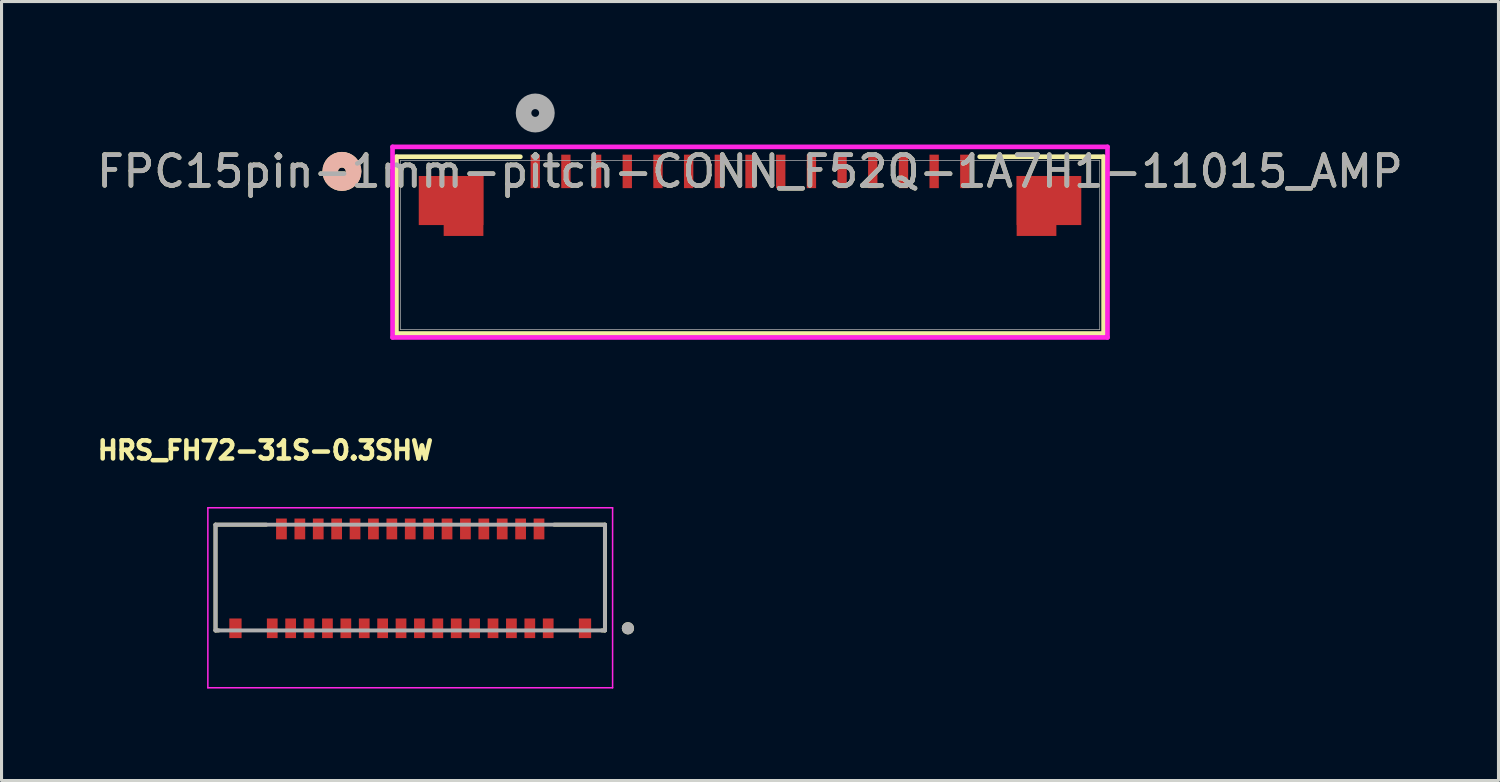
<source format=kicad_pcb>
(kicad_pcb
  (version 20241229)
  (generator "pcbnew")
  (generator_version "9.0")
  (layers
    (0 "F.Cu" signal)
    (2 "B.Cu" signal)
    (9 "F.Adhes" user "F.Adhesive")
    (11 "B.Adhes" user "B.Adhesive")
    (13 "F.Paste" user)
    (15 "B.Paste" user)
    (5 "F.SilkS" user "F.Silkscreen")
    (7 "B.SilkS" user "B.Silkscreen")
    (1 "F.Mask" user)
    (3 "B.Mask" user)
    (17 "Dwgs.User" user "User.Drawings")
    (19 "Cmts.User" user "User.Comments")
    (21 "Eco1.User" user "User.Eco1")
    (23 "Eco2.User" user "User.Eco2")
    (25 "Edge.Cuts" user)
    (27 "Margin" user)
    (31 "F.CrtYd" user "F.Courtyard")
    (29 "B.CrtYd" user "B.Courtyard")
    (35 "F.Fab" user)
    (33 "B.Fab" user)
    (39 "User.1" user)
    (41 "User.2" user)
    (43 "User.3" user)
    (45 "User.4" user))
  (footprint "HRS_FH72-31S-0.3SHW"
    (layer "F.Cu")
    (at 10.329 15.811)
    (property "Reference" "HRS_FH72-31S-0.3SHW" (at -4.725 -4.175 0) (layer "F.SilkS") (effects (font (size 0.591 0.591) (thickness 0.148))))
    (attr smd)
    (fp_line (start -6.35 -1.75) (end -6.35 1.7) (stroke (width 0.127) (type solid)) (layer "F.SilkS"))
    (fp_line (start -6.35 1.7) (end -6.25 1.7) (stroke (width 0.127) (type solid)) (layer "F.SilkS"))
    (fp_line (start -4.695 -1.75) (end -6.35 -1.75) (stroke (width 0.127) (type solid)) (layer "F.SilkS"))
    (fp_line (start 6.25 1.7) (end 6.35 1.7) (stroke (width 0.127) (type solid)) (layer "F.SilkS"))
    (fp_line (start 6.35 -1.75) (end 4.695 -1.75) (stroke (width 0.127) (type solid)) (layer "F.SilkS"))
    (fp_line (start 6.35 1.7) (end 6.35 -1.75) (stroke (width 0.127) (type solid)) (layer "F.SilkS"))
    (fp_circle (center 7.1 1.63) (end 7.2 1.63) (stroke (width 0.2) (type solid)) (fill no) (layer "F.SilkS"))
    (fp_poly (pts (xy -5.875 1.61) (xy -5.525 1.61) (xy -5.525 2.15) (xy -5.875 2.15)) (stroke (width 0.01) (type solid)) (fill yes) (layer "F.Paste"))
    (fp_poly (pts (xy -4.675 1.61) (xy -4.325 1.61) (xy -4.325 2.05) (xy -4.675 2.05)) (stroke (width 0.01) (type solid)) (fill yes) (layer "F.Paste"))
    (fp_poly (pts (xy -4.375 -2.05) (xy -4.025 -2.05) (xy -4.025 -1.5) (xy -4.375 -1.5)) (stroke (width 0.01) (type solid)) (fill yes) (layer "F.Paste"))
    (fp_poly (pts (xy -4.075 1.61) (xy -3.725 1.61) (xy -3.725 2.05) (xy -4.075 2.05)) (stroke (width 0.01) (type solid)) (fill yes) (layer "F.Paste"))
    (fp_poly (pts (xy -3.775 -2.05) (xy -3.425 -2.05) (xy -3.425 -1.5) (xy -3.775 -1.5)) (stroke (width 0.01) (type solid)) (fill yes) (layer "F.Paste"))
    (fp_poly (pts (xy -3.475 1.61) (xy -3.125 1.61) (xy -3.125 2.05) (xy -3.475 2.05)) (stroke (width 0.01) (type solid)) (fill yes) (layer "F.Paste"))
    (fp_poly (pts (xy -3.175 -2.05) (xy -2.825 -2.05) (xy -2.825 -1.5) (xy -3.175 -1.5)) (stroke (width 0.01) (type solid)) (fill yes) (layer "F.Paste"))
    (fp_poly (pts (xy -2.875 1.61) (xy -2.525 1.61) (xy -2.525 2.05) (xy -2.875 2.05)) (stroke (width 0.01) (type solid)) (fill yes) (layer "F.Paste"))
    (fp_poly (pts (xy -2.575 -2.05) (xy -2.225 -2.05) (xy -2.225 -1.5) (xy -2.575 -1.5)) (stroke (width 0.01) (type solid)) (fill yes) (layer "F.Paste"))
    (fp_poly (pts (xy -2.275 1.61) (xy -1.925 1.61) (xy -1.925 2.05) (xy -2.275 2.05)) (stroke (width 0.01) (type solid)) (fill yes) (layer "F.Paste"))
    (fp_poly (pts (xy -1.975 -2.05) (xy -1.625 -2.05) (xy -1.625 -1.5) (xy -1.975 -1.5)) (stroke (width 0.01) (type solid)) (fill yes) (layer "F.Paste"))
    (fp_poly (pts (xy -1.675 1.61) (xy -1.325 1.61) (xy -1.325 2.05) (xy -1.675 2.05)) (stroke (width 0.01) (type solid)) (fill yes) (layer "F.Paste"))
    (fp_poly (pts (xy -1.375 -2.05) (xy -1.025 -2.05) (xy -1.025 -1.5) (xy -1.375 -1.5)) (stroke (width 0.01) (type solid)) (fill yes) (layer "F.Paste"))
    (fp_poly (pts (xy -1.075 1.61) (xy -0.725 1.61) (xy -0.725 2.05) (xy -1.075 2.05)) (stroke (width 0.01) (type solid)) (fill yes) (layer "F.Paste"))
    (fp_poly (pts (xy -0.775 -2.05) (xy -0.425 -2.05) (xy -0.425 -1.5) (xy -0.775 -1.5)) (stroke (width 0.01) (type solid)) (fill yes) (layer "F.Paste"))
    (fp_poly (pts (xy -0.475 1.61) (xy -0.125 1.61) (xy -0.125 2.05) (xy -0.475 2.05)) (stroke (width 0.01) (type solid)) (fill yes) (layer "F.Paste"))
    (fp_poly (pts (xy -0.175 -2.05) (xy 0.175 -2.05) (xy 0.175 -1.5) (xy -0.175 -1.5)) (stroke (width 0.01) (type solid)) (fill yes) (layer "F.Paste"))
    (fp_poly (pts (xy 0.125 1.61) (xy 0.475 1.61) (xy 0.475 2.05) (xy 0.125 2.05)) (stroke (width 0.01) (type solid)) (fill yes) (layer "F.Paste"))
    (fp_poly (pts (xy 0.425 -2.05) (xy 0.775 -2.05) (xy 0.775 -1.5) (xy 0.425 -1.5)) (stroke (width 0.01) (type solid)) (fill yes) (layer "F.Paste"))
    (fp_poly (pts (xy 0.725 1.61) (xy 1.075 1.61) (xy 1.075 2.05) (xy 0.725 2.05)) (stroke (width 0.01) (type solid)) (fill yes) (layer "F.Paste"))
    (fp_poly (pts (xy 1.025 -2.05) (xy 1.375 -2.05) (xy 1.375 -1.5) (xy 1.025 -1.5)) (stroke (width 0.01) (type solid)) (fill yes) (layer "F.Paste"))
    (fp_poly (pts (xy 1.325 1.61) (xy 1.675 1.61) (xy 1.675 2.05) (xy 1.325 2.05)) (stroke (width 0.01) (type solid)) (fill yes) (layer "F.Paste"))
    (fp_poly (pts (xy 1.625 -2.05) (xy 1.975 -2.05) (xy 1.975 -1.5) (xy 1.625 -1.5)) (stroke (width 0.01) (type solid)) (fill yes) (layer "F.Paste"))
    (fp_poly (pts (xy 1.925 1.61) (xy 2.275 1.61) (xy 2.275 2.05) (xy 1.925 2.05)) (stroke (width 0.01) (type solid)) (fill yes) (layer "F.Paste"))
    (fp_poly (pts (xy 2.225 -2.05) (xy 2.575 -2.05) (xy 2.575 -1.5) (xy 2.225 -1.5)) (stroke (width 0.01) (type solid)) (fill yes) (layer "F.Paste"))
    (fp_poly (pts (xy 2.525 1.61) (xy 2.875 1.61) (xy 2.875 2.05) (xy 2.525 2.05)) (stroke (width 0.01) (type solid)) (fill yes) (layer "F.Paste"))
    (fp_poly (pts (xy 2.825 -2.05) (xy 3.175 -2.05) (xy 3.175 -1.5) (xy 2.825 -1.5)) (stroke (width 0.01) (type solid)) (fill yes) (layer "F.Paste"))
    (fp_poly (pts (xy 3.125 1.61) (xy 3.475 1.61) (xy 3.475 2.05) (xy 3.125 2.05)) (stroke (width 0.01) (type solid)) (fill yes) (layer "F.Paste"))
    (fp_poly (pts (xy 3.425 -2.05) (xy 3.775 -2.05) (xy 3.775 -1.5) (xy 3.425 -1.5)) (stroke (width 0.01) (type solid)) (fill yes) (layer "F.Paste"))
    (fp_poly (pts (xy 3.725 1.61) (xy 4.075 1.61) (xy 4.075 2.05) (xy 3.725 2.05)) (stroke (width 0.01) (type solid)) (fill yes) (layer "F.Paste"))
    (fp_poly (pts (xy 4.025 -2.05) (xy 4.375 -2.05) (xy 4.375 -1.5) (xy 4.025 -1.5)) (stroke (width 0.01) (type solid)) (fill yes) (layer "F.Paste"))
    (fp_poly (pts (xy 4.325 1.61) (xy 4.675 1.61) (xy 4.675 2.05) (xy 4.325 2.05)) (stroke (width 0.01) (type solid)) (fill yes) (layer "F.Paste"))
    (fp_poly (pts (xy 5.525 1.61) (xy 5.875 1.61) (xy 5.875 2.15) (xy 5.525 2.15)) (stroke (width 0.01) (type solid)) (fill yes) (layer "F.Paste"))
    (fp_line (start -6.6 -2.3) (end -6.6 3.57) (stroke (width 0.05) (type solid)) (layer "F.CrtYd"))
    (fp_line (start -6.6 3.57) (end 6.6 3.57) (stroke (width 0.05) (type solid)) (layer "F.CrtYd"))
    (fp_line (start 6.6 -2.3) (end -6.6 -2.3) (stroke (width 0.05) (type solid)) (layer "F.CrtYd"))
    (fp_line (start 6.6 3.57) (end 6.6 -2.3) (stroke (width 0.05) (type solid)) (layer "F.CrtYd"))
    (fp_line (start -6.35 -1.75) (end -6.35 1.7) (stroke (width 0.127) (type solid)) (layer "F.Fab"))
    (fp_line (start -6.35 1.7) (end 6.35 1.7) (stroke (width 0.127) (type solid)) (layer "F.Fab"))
    (fp_line (start 6.35 -1.75) (end -6.35 -1.75) (stroke (width 0.127) (type solid)) (layer "F.Fab"))
    (fp_line (start 6.35 1.7) (end 6.35 -1.75) (stroke (width 0.127) (type solid)) (layer "F.Fab"))
    (fp_circle (center 7.1 1.63) (end 7.2 1.63) (stroke (width 0.2) (type solid)) (fill no) (layer "F.Fab"))
    (pad "1" smd rect (at 4.5 1.63) (size 0.35 0.64) (layers "F.Cu" "F.Mask"))
    (pad "2" smd rect (at 4.2 -1.61) (size 0.35 0.68) (layers "F.Cu" "F.Mask"))
    (pad "3" smd rect (at 3.9 1.63) (size 0.35 0.64) (layers "F.Cu" "F.Mask"))
    (pad "4" smd rect (at 3.6 -1.61) (size 0.35 0.68) (layers "F.Cu" "F.Mask"))
    (pad "5" smd rect (at 3.3 1.63) (size 0.35 0.64) (layers "F.Cu" "F.Mask"))
    (pad "6" smd rect (at 3 -1.61) (size 0.35 0.68) (layers "F.Cu" "F.Mask"))
    (pad "7" smd rect (at 2.7 1.63) (size 0.35 0.64) (layers "F.Cu" "F.Mask"))
    (pad "8" smd rect (at 2.4 -1.61) (size 0.35 0.68) (layers "F.Cu" "F.Mask"))
    (pad "9" smd rect (at 2.1 1.63) (size 0.35 0.64) (layers "F.Cu" "F.Mask"))
    (pad "10" smd rect (at 1.8 -1.61) (size 0.35 0.68) (layers "F.Cu" "F.Mask"))
    (pad "11" smd rect (at 1.5 1.63) (size 0.35 0.64) (layers "F.Cu" "F.Mask"))
    (pad "12" smd rect (at 1.2 -1.61) (size 0.35 0.68) (layers "F.Cu" "F.Mask"))
    (pad "13" smd rect (at 0.9 1.63) (size 0.35 0.64) (layers "F.Cu" "F.Mask"))
    (pad "14" smd rect (at 0.6 -1.61) (size 0.35 0.68) (layers "F.Cu" "F.Mask"))
    (pad "15" smd rect (at 0.3 1.63) (size 0.35 0.64) (layers "F.Cu" "F.Mask"))
    (pad "16" smd rect (at 0 -1.61) (size 0.35 0.68) (layers "F.Cu" "F.Mask"))
    (pad "17" smd rect (at -0.3 1.63) (size 0.35 0.64) (layers "F.Cu" "F.Mask"))
    (pad "18" smd rect (at -0.6 -1.61) (size 0.35 0.68) (layers "F.Cu" "F.Mask"))
    (pad "19" smd rect (at -0.9 1.63) (size 0.35 0.64) (layers "F.Cu" "F.Mask"))
    (pad "20" smd rect (at -1.2 -1.61) (size 0.35 0.68) (layers "F.Cu" "F.Mask"))
    (pad "21" smd rect (at -1.5 1.63) (size 0.35 0.64) (layers "F.Cu" "F.Mask"))
    (pad "22" smd rect (at -1.8 -1.61) (size 0.35 0.68) (layers "F.Cu" "F.Mask"))
    (pad "23" smd rect (at -2.1 1.63) (size 0.35 0.64) (layers "F.Cu" "F.Mask"))
    (pad "24" smd rect (at -2.4 -1.61) (size 0.35 0.68) (layers "F.Cu" "F.Mask"))
    (pad "25" smd rect (at -2.7 1.63) (size 0.35 0.64) (layers "F.Cu" "F.Mask"))
    (pad "26" smd rect (at -3 -1.61) (size 0.35 0.68) (layers "F.Cu" "F.Mask"))
    (pad "27" smd rect (at -3.3 1.63) (size 0.35 0.64) (layers "F.Cu" "F.Mask"))
    (pad "28" smd rect (at -3.6 -1.61) (size 0.35 0.68) (layers "F.Cu" "F.Mask"))
    (pad "29" smd rect (at -3.9 1.63) (size 0.35 0.64) (layers "F.Cu" "F.Mask"))
    (pad "30" smd rect (at -4.2 -1.61) (size 0.35 0.68) (layers "F.Cu" "F.Mask"))
    (pad "31" smd rect (at -4.5 1.63) (size 0.35 0.64) (layers "F.Cu" "F.Mask"))
    (pad "S1" smd rect (at 5.7 1.63) (size 0.4 0.64) (layers "F.Cu" "F.Mask"))
    (pad "S2" smd rect (at -5.7 1.63) (size 0.4 0.64) (layers "F.Cu" "F.Mask")))
  (footprint "FPC15pin-1mm-pitch-CONN_F52Q-1A7H1-11015_AMP"
    (layer "F.Cu")
    (at 21.411 4.945)
    (property "Reference" "FPC15pin-1mm-pitch-CONN_F52Q-1A7H1-11015_AMP" (at 0 -2.405 0) (unlocked yes) (layer "F.SilkS") (effects (font (size 1 1) (thickness 0.15))))
    (attr smd)
    (fp_poly (pts (xy -8.696 -2.256) (xy -9.991 -2.256) (xy -9.991 -0.3) (xy -8.696 -0.3)) (stroke (width 0) (type solid)) (fill yes) (layer "F.Cu"))
    (fp_poly (pts (xy 9.991 -2.256) (xy 8.696 -2.256) (xy 8.696 -0.3) (xy 9.991 -0.3)) (stroke (width 0) (type solid)) (fill yes) (layer "F.Cu"))
    (fp_line (start -11.532 -2.883) (end -11.532 2.883) (stroke (width 0.152) (type solid)) (layer "F.SilkS"))
    (fp_line (start -11.532 2.883) (end 11.532 2.883) (stroke (width 0.152) (type solid)) (layer "F.SilkS"))
    (fp_line (start -7.49 -2.883) (end -11.532 -2.883) (stroke (width 0.152) (type solid)) (layer "F.SilkS"))
    (fp_line (start 11.532 -2.883) (end 7.49 -2.883) (stroke (width 0.152) (type solid)) (layer "F.SilkS"))
    (fp_line (start 11.532 2.883) (end 11.532 -2.883) (stroke (width 0.152) (type solid)) (layer "F.SilkS"))
    (fp_circle (center -13.31 -2.405) (end -12.929 -2.405) (stroke (width 0.508) (type solid)) (fill no) (layer "F.SilkS"))
    (fp_circle (center -13.31 -2.405) (end -12.929 -2.405) (stroke (width 0.508) (type solid)) (fill no) (layer "B.SilkS"))
    (fp_line (start -11.659 -3.205) (end -11.659 3.01) (stroke (width 0.152) (type solid)) (layer "F.CrtYd"))
    (fp_line (start -11.659 3.01) (end 11.659 3.01) (stroke (width 0.152) (type solid)) (layer "F.CrtYd"))
    (fp_line (start 11.659 -3.205) (end -11.659 -3.205) (stroke (width 0.152) (type solid)) (layer "F.CrtYd"))
    (fp_line (start 11.659 3.01) (end 11.659 -3.205) (stroke (width 0.152) (type solid)) (layer "F.CrtYd"))
    (fp_line (start -11.405 -2.756) (end -11.405 2.756) (stroke (width 0.025) (type solid)) (layer "F.Fab"))
    (fp_line (start -11.405 2.756) (end 11.405 2.756) (stroke (width 0.025) (type solid)) (layer "F.Fab"))
    (fp_line (start 11.405 -2.756) (end -11.405 -2.756) (stroke (width 0.025) (type solid)) (layer "F.Fab"))
    (fp_line (start 11.405 2.756) (end 11.405 -2.756) (stroke (width 0.025) (type solid)) (layer "F.Fab"))
    (fp_circle (center -7.005 -4.31) (end -6.624 -4.31) (stroke (width 0.508) (type solid)) (fill no) (layer "F.Fab"))
    (fp_text user "${REFERENCE}" (at 0 -2.405 0) (unlocked yes) (layer "F.Fab") (effects (font (size 1 1) (thickness 0.15))))
    (pad "1" smd rect (at -7.005 -2.405) (size 0.305 1.092) (layers "F.Cu" "F.Mask" "F.Paste"))
    (pad "2" smd rect (at -6.005 -2.405) (size 0.305 1.092) (layers "F.Cu" "F.Mask" "F.Paste"))
    (pad "3" smd rect (at -5.004 -2.405) (size 0.305 1.092) (layers "F.Cu" "F.Mask" "F.Paste"))
    (pad "4" smd rect (at -4.003 -2.405) (size 0.305 1.092) (layers "F.Cu" "F.Mask" "F.Paste"))
    (pad "5" smd rect (at -3.002 -2.405) (size 0.305 1.092) (layers "F.Cu" "F.Mask" "F.Paste"))
    (pad "6" smd rect (at -2.002 -2.405) (size 0.305 1.092) (layers "F.Cu" "F.Mask" "F.Paste"))
    (pad "7" smd rect (at -1.001 -2.405) (size 0.305 1.092) (layers "F.Cu" "F.Mask" "F.Paste"))
    (pad "8" smd rect (at 0 -2.405) (size 0.305 1.092) (layers "F.Cu" "F.Mask" "F.Paste"))
    (pad "9" smd rect (at 1.001 -2.405) (size 0.305 1.092) (layers "F.Cu" "F.Mask" "F.Paste"))
    (pad "10" smd rect (at 2.002 -2.405) (size 0.305 1.092) (layers "F.Cu" "F.Mask" "F.Paste"))
    (pad "11" smd rect (at 3.002 -2.405) (size 0.305 1.092) (layers "F.Cu" "F.Mask" "F.Paste"))
    (pad "12" smd rect (at 4.003 -2.405) (size 0.305 1.092) (layers "F.Cu" "F.Mask" "F.Paste"))
    (pad "13" smd rect (at 5.004 -2.405) (size 0.305 1.092) (layers "F.Cu" "F.Mask" "F.Paste"))
    (pad "14" smd rect (at 6.005 -2.405) (size 0.305 1.092) (layers "F.Cu" "F.Mask" "F.Paste"))
    (pad "15" smd rect (at 7.005 -2.405) (size 0.305 1.092) (layers "F.Cu" "F.Mask" "F.Paste"))
    (pad "16" smd rect (at -9.75 -1.455) (size 2.108 1.6) (layers "F.Cu" "F.Mask" "F.Paste"))
    (pad "17" smd rect (at 9.75 -1.455) (size 2.108 1.6) (layers "F.Cu" "F.Mask" "F.Paste")))
  (gr_rect
    (start -3 -3)
    (end 45.821 22.406)
    (stroke (width 0.1) (type default))
    (fill no)
    (layer "Edge.Cuts")))
</source>
